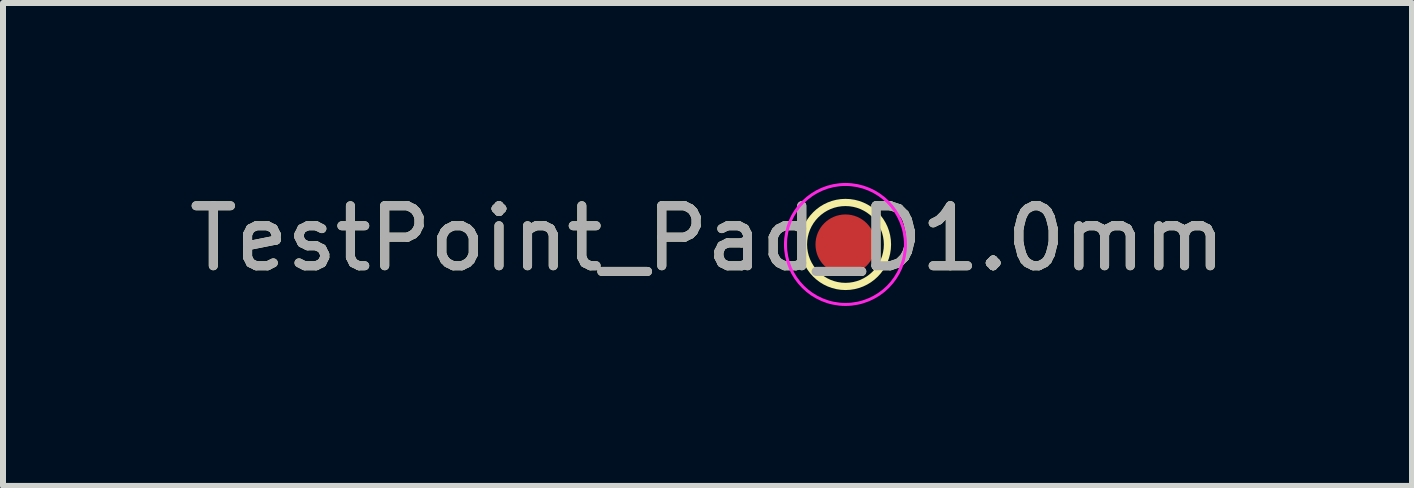
<source format=kicad_pcb>
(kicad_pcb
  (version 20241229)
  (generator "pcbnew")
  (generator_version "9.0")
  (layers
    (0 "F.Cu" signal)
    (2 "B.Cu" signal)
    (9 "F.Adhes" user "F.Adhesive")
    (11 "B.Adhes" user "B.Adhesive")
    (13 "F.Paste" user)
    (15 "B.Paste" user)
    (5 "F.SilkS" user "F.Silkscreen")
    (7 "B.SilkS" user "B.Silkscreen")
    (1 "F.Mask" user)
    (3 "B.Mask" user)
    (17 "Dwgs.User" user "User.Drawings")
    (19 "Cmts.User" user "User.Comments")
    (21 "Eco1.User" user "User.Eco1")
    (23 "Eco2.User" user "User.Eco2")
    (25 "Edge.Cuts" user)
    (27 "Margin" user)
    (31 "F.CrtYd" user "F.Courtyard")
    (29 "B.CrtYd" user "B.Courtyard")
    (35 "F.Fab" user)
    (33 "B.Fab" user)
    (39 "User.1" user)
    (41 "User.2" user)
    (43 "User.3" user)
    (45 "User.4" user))
  (footprint "TestPoint_Pad_D1.0mm"
    (layer "F.Cu")
    (at 11.044 1.025)
    (property "Reference" "TestPoint_Pad_D1.0mm" (at -2.3 -0.1 0) (layer "F.SilkS") (effects (font (size 1 1) (thickness 0.15))))
    (attr exclude_from_pos_files exclude_from_bom)
    (fp_circle (center 0 0) (end 0 0.7) (stroke (width 0.12) (type solid)) (fill no) (layer "F.SilkS"))
    (fp_circle (center 0 0) (end 1 0) (stroke (width 0.05) (type solid)) (fill no) (layer "F.CrtYd"))
    (fp_text user "${REFERENCE}" (at -2.3 -0.1 0) (layer "F.Fab") (effects (font (size 1 1) (thickness 0.15))))
    (pad "1" smd circle (at 0 0) (size 1 1) (layers "F.Cu" "F.Mask")))
  (gr_rect
    (start -3 -3)
    (end 20.488 5.05)
    (stroke (width 0.1) (type default))
    (fill no)
    (layer "Edge.Cuts")))
</source>
